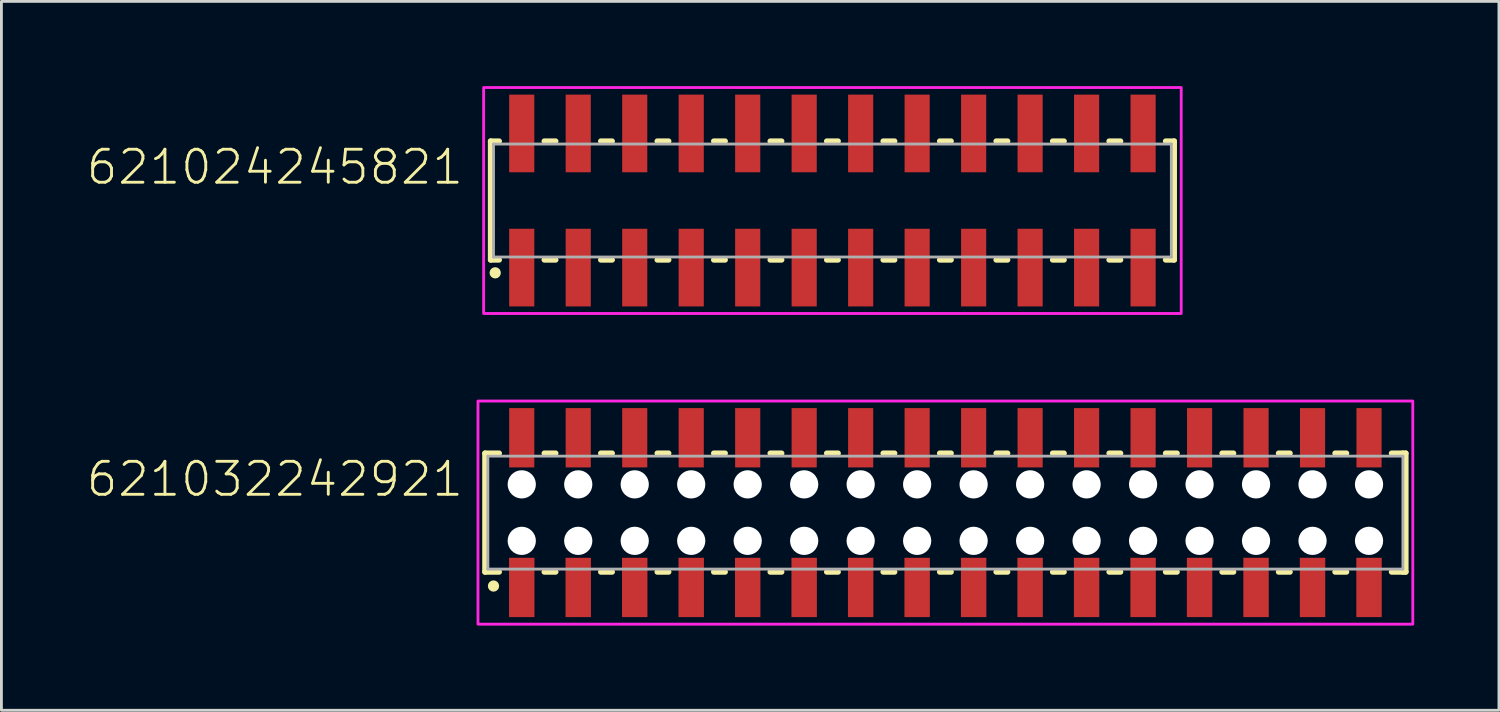
<source format=kicad_pcb>
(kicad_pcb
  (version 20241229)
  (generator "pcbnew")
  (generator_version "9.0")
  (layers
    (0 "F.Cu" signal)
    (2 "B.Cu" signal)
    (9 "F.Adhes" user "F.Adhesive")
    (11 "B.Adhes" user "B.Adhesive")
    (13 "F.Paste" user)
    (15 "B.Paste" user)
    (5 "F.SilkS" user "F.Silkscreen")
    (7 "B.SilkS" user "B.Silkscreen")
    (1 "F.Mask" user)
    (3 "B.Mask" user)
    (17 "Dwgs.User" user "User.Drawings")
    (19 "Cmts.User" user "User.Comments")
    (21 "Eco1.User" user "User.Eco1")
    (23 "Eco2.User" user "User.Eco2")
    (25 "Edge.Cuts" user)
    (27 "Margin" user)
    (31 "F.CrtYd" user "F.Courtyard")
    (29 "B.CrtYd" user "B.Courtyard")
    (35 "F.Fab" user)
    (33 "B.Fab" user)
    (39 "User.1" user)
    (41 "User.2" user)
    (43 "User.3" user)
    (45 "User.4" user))
  (footprint "621024245821"
    (layer "F.Cu")
    (at 26.424 4.05)
    (property "Reference" "621024245821" (at -13 -0.5 0) (unlocked yes) (layer "F.SilkS") (effects (font (size 1.168 1.168) (thickness 0.102)) (justify right bottom)))
    (fp_line (start -12.1 -2.1) (end -12.1 2.1) (stroke (width 0.2) (type solid)) (layer "F.SilkS"))
    (fp_line (start -12.1 2.1) (end -11.8 2.1) (stroke (width 0.2) (type solid)) (layer "F.SilkS"))
    (fp_line (start -11.8 -2.1) (end -12.1 -2.1) (stroke (width 0.2) (type solid)) (layer "F.SilkS"))
    (fp_line (start -10.2 -2.1) (end -9.8 -2.1) (stroke (width 0.2) (type solid)) (layer "F.SilkS"))
    (fp_line (start -9.8 2.1) (end -10.2 2.1) (stroke (width 0.2) (type solid)) (layer "F.SilkS"))
    (fp_line (start -8.2 -2.1) (end -7.8 -2.1) (stroke (width 0.2) (type solid)) (layer "F.SilkS"))
    (fp_line (start -7.8 2.1) (end -8.2 2.1) (stroke (width 0.2) (type solid)) (layer "F.SilkS"))
    (fp_line (start -6.2 -2.1) (end -5.8 -2.1) (stroke (width 0.2) (type solid)) (layer "F.SilkS"))
    (fp_line (start -5.8 2.1) (end -6.2 2.1) (stroke (width 0.2) (type solid)) (layer "F.SilkS"))
    (fp_line (start -4.2 -2.1) (end -3.8 -2.1) (stroke (width 0.2) (type solid)) (layer "F.SilkS"))
    (fp_line (start -3.8 2.1) (end -4.2 2.1) (stroke (width 0.2) (type solid)) (layer "F.SilkS"))
    (fp_line (start -2.2 -2.1) (end -1.8 -2.1) (stroke (width 0.2) (type solid)) (layer "F.SilkS"))
    (fp_line (start -1.8 2.1) (end -2.2 2.1) (stroke (width 0.2) (type solid)) (layer "F.SilkS"))
    (fp_line (start -0.2 -2.1) (end 0.2 -2.1) (stroke (width 0.2) (type solid)) (layer "F.SilkS"))
    (fp_line (start 0.2 2.1) (end -0.2 2.1) (stroke (width 0.2) (type solid)) (layer "F.SilkS"))
    (fp_line (start 1.8 -2.1) (end 2.2 -2.1) (stroke (width 0.2) (type solid)) (layer "F.SilkS"))
    (fp_line (start 2.2 2.1) (end 1.8 2.1) (stroke (width 0.2) (type solid)) (layer "F.SilkS"))
    (fp_line (start 3.8 -2.1) (end 4.2 -2.1) (stroke (width 0.2) (type solid)) (layer "F.SilkS"))
    (fp_line (start 4.2 2.1) (end 3.8 2.1) (stroke (width 0.2) (type solid)) (layer "F.SilkS"))
    (fp_line (start 5.8 -2.1) (end 6.2 -2.1) (stroke (width 0.2) (type solid)) (layer "F.SilkS"))
    (fp_line (start 6.2 2.1) (end 5.8 2.1) (stroke (width 0.2) (type solid)) (layer "F.SilkS"))
    (fp_line (start 7.8 -2.1) (end 8.2 -2.1) (stroke (width 0.2) (type solid)) (layer "F.SilkS"))
    (fp_line (start 8.2 2.1) (end 7.8 2.1) (stroke (width 0.2) (type solid)) (layer "F.SilkS"))
    (fp_line (start 9.8 -2.1) (end 10.2 -2.1) (stroke (width 0.2) (type solid)) (layer "F.SilkS"))
    (fp_line (start 10.2 2.1) (end 9.8 2.1) (stroke (width 0.2) (type solid)) (layer "F.SilkS"))
    (fp_line (start 11.8 -2.1) (end 12.1 -2.1) (stroke (width 0.2) (type solid)) (layer "F.SilkS"))
    (fp_line (start 12.1 -2.1) (end 12.1 2.1) (stroke (width 0.2) (type solid)) (layer "F.SilkS"))
    (fp_line (start 12.1 2.1) (end 11.8 2.1) (stroke (width 0.2) (type solid)) (layer "F.SilkS"))
    (fp_circle (center -11.94 2.56) (end -11.84 2.56) (stroke (width 0.2) (type solid)) (fill no) (layer "F.SilkS"))
    (fp_poly (pts (xy 12.35 4) (xy -12.35 4) (xy -12.35 -4) (xy 12.35 -4)) (stroke (width 0.1) (type default)) (fill no) (layer "F.CrtYd"))
    (fp_line (start -12 -2) (end 12 -2) (stroke (width 0.1) (type solid)) (layer "F.Fab"))
    (fp_line (start -12 2) (end -12 -2) (stroke (width 0.1) (type solid)) (layer "F.Fab"))
    (fp_line (start 12 -2) (end 12 2) (stroke (width 0.1) (type solid)) (layer "F.Fab"))
    (fp_line (start 12 2) (end -12 2) (stroke (width 0.1) (type solid)) (layer "F.Fab"))
    (pad "1" smd rect (at -11 2.375) (size 0.89 2.75) (layers "F.Cu" "F.Mask" "F.Paste"))
    (pad "2" smd rect (at -11 -2.375) (size 0.89 2.75) (layers "F.Cu" "F.Mask" "F.Paste"))
    (pad "3" smd rect (at -9 2.375) (size 0.89 2.75) (layers "F.Cu" "F.Mask" "F.Paste"))
    (pad "4" smd rect (at -9 -2.375) (size 0.89 2.75) (layers "F.Cu" "F.Mask" "F.Paste"))
    (pad "5" smd rect (at -7 2.375) (size 0.89 2.75) (layers "F.Cu" "F.Mask" "F.Paste"))
    (pad "6" smd rect (at -7 -2.375) (size 0.89 2.75) (layers "F.Cu" "F.Mask" "F.Paste"))
    (pad "7" smd rect (at -5 2.375) (size 0.89 2.75) (layers "F.Cu" "F.Mask" "F.Paste"))
    (pad "8" smd rect (at -5 -2.375) (size 0.89 2.75) (layers "F.Cu" "F.Mask" "F.Paste"))
    (pad "9" smd rect (at -3 2.375) (size 0.89 2.75) (layers "F.Cu" "F.Mask" "F.Paste"))
    (pad "10" smd rect (at -3 -2.375) (size 0.89 2.75) (layers "F.Cu" "F.Mask" "F.Paste"))
    (pad "11" smd rect (at -1 2.375) (size 0.89 2.75) (layers "F.Cu" "F.Mask" "F.Paste"))
    (pad "12" smd rect (at -1 -2.375) (size 0.89 2.75) (layers "F.Cu" "F.Mask" "F.Paste"))
    (pad "13" smd rect (at 1 2.375) (size 0.89 2.75) (layers "F.Cu" "F.Mask" "F.Paste"))
    (pad "14" smd rect (at 1 -2.375) (size 0.89 2.75) (layers "F.Cu" "F.Mask" "F.Paste"))
    (pad "15" smd rect (at 3 2.375) (size 0.89 2.75) (layers "F.Cu" "F.Mask" "F.Paste"))
    (pad "16" smd rect (at 3 -2.375) (size 0.89 2.75) (layers "F.Cu" "F.Mask" "F.Paste"))
    (pad "17" smd rect (at 5 2.375) (size 0.89 2.75) (layers "F.Cu" "F.Mask" "F.Paste"))
    (pad "18" smd rect (at 5 -2.375) (size 0.89 2.75) (layers "F.Cu" "F.Mask" "F.Paste"))
    (pad "19" smd rect (at 7 2.375) (size 0.89 2.75) (layers "F.Cu" "F.Mask" "F.Paste"))
    (pad "20" smd rect (at 7 -2.375) (size 0.89 2.75) (layers "F.Cu" "F.Mask" "F.Paste"))
    (pad "21" smd rect (at 9 2.375) (size 0.89 2.75) (layers "F.Cu" "F.Mask" "F.Paste"))
    (pad "22" smd rect (at 9 -2.375) (size 0.89 2.75) (layers "F.Cu" "F.Mask" "F.Paste"))
    (pad "23" smd rect (at 11 2.375) (size 0.89 2.75) (layers "F.Cu" "F.Mask" "F.Paste"))
    (pad "24" smd rect (at 11 -2.375) (size 0.89 2.75) (layers "F.Cu" "F.Mask" "F.Paste")))
  (footprint "621032242921"
    (layer "F.Cu")
    (at 30.424 15.1)
    (property "Reference" "621032242921" (at -17 -0.5 0) (unlocked yes) (layer "F.SilkS") (effects (font (size 1.168 1.168) (thickness 0.102)) (justify right bottom)))
    (fp_line (start -16.3 -2.1) (end -16.3 2.1) (stroke (width 0.2) (type solid)) (layer "F.SilkS"))
    (fp_line (start -16.3 2.1) (end -15.8 2.1) (stroke (width 0.2) (type solid)) (layer "F.SilkS"))
    (fp_line (start -15.8 -2.1) (end -16.3 -2.1) (stroke (width 0.2) (type solid)) (layer "F.SilkS"))
    (fp_line (start -14.2 2.1) (end -13.8 2.1) (stroke (width 0.2) (type solid)) (layer "F.SilkS"))
    (fp_line (start -13.8 -2.1) (end -14.2 -2.1) (stroke (width 0.2) (type solid)) (layer "F.SilkS"))
    (fp_line (start -12.2 2.1) (end -11.8 2.1) (stroke (width 0.2) (type solid)) (layer "F.SilkS"))
    (fp_line (start -11.8 -2.1) (end -12.2 -2.1) (stroke (width 0.2) (type solid)) (layer "F.SilkS"))
    (fp_line (start -10.2 2.1) (end -9.8 2.1) (stroke (width 0.2) (type solid)) (layer "F.SilkS"))
    (fp_line (start -9.8 -2.1) (end -10.2 -2.1) (stroke (width 0.2) (type solid)) (layer "F.SilkS"))
    (fp_line (start -8.2 2.1) (end -7.8 2.1) (stroke (width 0.2) (type solid)) (layer "F.SilkS"))
    (fp_line (start -7.8 -2.1) (end -8.2 -2.1) (stroke (width 0.2) (type solid)) (layer "F.SilkS"))
    (fp_line (start -6.2 2.1) (end -5.8 2.1) (stroke (width 0.2) (type solid)) (layer "F.SilkS"))
    (fp_line (start -5.8 -2.1) (end -6.2 -2.1) (stroke (width 0.2) (type solid)) (layer "F.SilkS"))
    (fp_line (start -4.2 2.1) (end -3.8 2.1) (stroke (width 0.2) (type solid)) (layer "F.SilkS"))
    (fp_line (start -3.8 -2.1) (end -4.2 -2.1) (stroke (width 0.2) (type solid)) (layer "F.SilkS"))
    (fp_line (start -2.2 2.1) (end -1.8 2.1) (stroke (width 0.2) (type solid)) (layer "F.SilkS"))
    (fp_line (start -1.8 -2.1) (end -2.2 -2.1) (stroke (width 0.2) (type solid)) (layer "F.SilkS"))
    (fp_line (start -0.2 2.1) (end 0.2 2.1) (stroke (width 0.2) (type solid)) (layer "F.SilkS"))
    (fp_line (start 0.2 -2.1) (end -0.2 -2.1) (stroke (width 0.2) (type solid)) (layer "F.SilkS"))
    (fp_line (start 1.8 2.1) (end 2.2 2.1) (stroke (width 0.2) (type solid)) (layer "F.SilkS"))
    (fp_line (start 2.2 -2.1) (end 1.8 -2.1) (stroke (width 0.2) (type solid)) (layer "F.SilkS"))
    (fp_line (start 3.8 2.1) (end 4.2 2.1) (stroke (width 0.2) (type solid)) (layer "F.SilkS"))
    (fp_line (start 4.2 -2.1) (end 3.8 -2.1) (stroke (width 0.2) (type solid)) (layer "F.SilkS"))
    (fp_line (start 5.8 2.1) (end 6.2 2.1) (stroke (width 0.2) (type solid)) (layer "F.SilkS"))
    (fp_line (start 6.2 -2.1) (end 5.8 -2.1) (stroke (width 0.2) (type solid)) (layer "F.SilkS"))
    (fp_line (start 7.8 2.1) (end 8.2 2.1) (stroke (width 0.2) (type solid)) (layer "F.SilkS"))
    (fp_line (start 8.2 -2.1) (end 7.8 -2.1) (stroke (width 0.2) (type solid)) (layer "F.SilkS"))
    (fp_line (start 9.8 2.1) (end 10.2 2.1) (stroke (width 0.2) (type solid)) (layer "F.SilkS"))
    (fp_line (start 10.2 -2.1) (end 9.8 -2.1) (stroke (width 0.2) (type solid)) (layer "F.SilkS"))
    (fp_line (start 11.8 2.1) (end 12.2 2.1) (stroke (width 0.2) (type solid)) (layer "F.SilkS"))
    (fp_line (start 12.2 -2.1) (end 11.8 -2.1) (stroke (width 0.2) (type solid)) (layer "F.SilkS"))
    (fp_line (start 13.8 2.1) (end 14.2 2.1) (stroke (width 0.2) (type solid)) (layer "F.SilkS"))
    (fp_line (start 14.2 -2.1) (end 13.8 -2.1) (stroke (width 0.2) (type solid)) (layer "F.SilkS"))
    (fp_line (start 15.8 2.1) (end 16.2 2.1) (stroke (width 0.2) (type solid)) (layer "F.SilkS"))
    (fp_line (start 16.2 -2.1) (end 15.8 -2.1) (stroke (width 0.2) (type solid)) (layer "F.SilkS"))
    (fp_line (start 16.2 -2.1) (end 16.3 -2.1) (stroke (width 0.2) (type solid)) (layer "F.SilkS"))
    (fp_line (start 16.3 -2.1) (end 16.3 2.1) (stroke (width 0.2) (type solid)) (layer "F.SilkS"))
    (fp_line (start 16.3 2.1) (end 16.2 2.1) (stroke (width 0.2) (type solid)) (layer "F.SilkS"))
    (fp_circle (center -16 2.6) (end -15.9 2.6) (stroke (width 0.2) (type solid)) (fill no) (layer "F.SilkS"))
    (fp_poly (pts (xy 16.55 3.95) (xy -16.55 3.95) (xy -16.55 -3.95) (xy 16.55 -3.95)) (stroke (width 0.1) (type default)) (fill no) (layer "F.CrtYd"))
    (fp_line (start -16.2 -2) (end -16.2 2) (stroke (width 0.1) (type solid)) (layer "F.Fab"))
    (fp_line (start -16.2 2) (end 16.2 2) (stroke (width 0.1) (type solid)) (layer "F.Fab"))
    (fp_line (start 16.2 -2) (end -16.2 -2) (stroke (width 0.1) (type solid)) (layer "F.Fab"))
    (fp_line (start 16.2 2) (end 16.2 -2) (stroke (width 0.1) (type solid)) (layer "F.Fab"))
    (pad "" np_thru_hole circle (at -15 -1) (size 1 1) (drill 1) (layers "*.Cu" "*.Mask"))
    (pad "" np_thru_hole circle (at -15 1) (size 1 1) (drill 1) (layers "*.Cu" "*.Mask"))
    (pad "" np_thru_hole circle (at -13 -1) (size 1 1) (drill 1) (layers "*.Cu" "*.Mask"))
    (pad "" np_thru_hole circle (at -13 1) (size 1 1) (drill 1) (layers "*.Cu" "*.Mask"))
    (pad "" np_thru_hole circle (at -11 -1) (size 1 1) (drill 1) (layers "*.Cu" "*.Mask"))
    (pad "" np_thru_hole circle (at -11 1) (size 1 1) (drill 1) (layers "*.Cu" "*.Mask"))
    (pad "" np_thru_hole circle (at -9 -1) (size 1 1) (drill 1) (layers "*.Cu" "*.Mask"))
    (pad "" np_thru_hole circle (at -9 1) (size 1 1) (drill 1) (layers "*.Cu" "*.Mask"))
    (pad "" np_thru_hole circle (at -7 -1) (size 1 1) (drill 1) (layers "*.Cu" "*.Mask"))
    (pad "" np_thru_hole circle (at -7 1) (size 1 1) (drill 1) (layers "*.Cu" "*.Mask"))
    (pad "" np_thru_hole circle (at -5 -1) (size 1 1) (drill 1) (layers "*.Cu" "*.Mask"))
    (pad "" np_thru_hole circle (at -5 1) (size 1 1) (drill 1) (layers "*.Cu" "*.Mask"))
    (pad "" np_thru_hole circle (at -3 -1) (size 1 1) (drill 1) (layers "*.Cu" "*.Mask"))
    (pad "" np_thru_hole circle (at -3 1) (size 1 1) (drill 1) (layers "*.Cu" "*.Mask"))
    (pad "" np_thru_hole circle (at -1 -1) (size 1 1) (drill 1) (layers "*.Cu" "*.Mask"))
    (pad "" np_thru_hole circle (at -1 1) (size 1 1) (drill 1) (layers "*.Cu" "*.Mask"))
    (pad "" np_thru_hole circle (at 1 -1) (size 1 1) (drill 1) (layers "*.Cu" "*.Mask"))
    (pad "" np_thru_hole circle (at 1 1) (size 1 1) (drill 1) (layers "*.Cu" "*.Mask"))
    (pad "" np_thru_hole circle (at 3 -1) (size 1 1) (drill 1) (layers "*.Cu" "*.Mask"))
    (pad "" np_thru_hole circle (at 3 1) (size 1 1) (drill 1) (layers "*.Cu" "*.Mask"))
    (pad "" np_thru_hole circle (at 5 -1) (size 1 1) (drill 1) (layers "*.Cu" "*.Mask"))
    (pad "" np_thru_hole circle (at 5 1) (size 1 1) (drill 1) (layers "*.Cu" "*.Mask"))
    (pad "" np_thru_hole circle (at 7 -1) (size 1 1) (drill 1) (layers "*.Cu" "*.Mask"))
    (pad "" np_thru_hole circle (at 7 1) (size 1 1) (drill 1) (layers "*.Cu" "*.Mask"))
    (pad "" np_thru_hole circle (at 9 -1) (size 1 1) (drill 1) (layers "*.Cu" "*.Mask"))
    (pad "" np_thru_hole circle (at 9 1) (size 1 1) (drill 1) (layers "*.Cu" "*.Mask"))
    (pad "" np_thru_hole circle (at 11 -1) (size 1 1) (drill 1) (layers "*.Cu" "*.Mask"))
    (pad "" np_thru_hole circle (at 11 1) (size 1 1) (drill 1) (layers "*.Cu" "*.Mask"))
    (pad "" np_thru_hole circle (at 13 -1) (size 1 1) (drill 1) (layers "*.Cu" "*.Mask"))
    (pad "" np_thru_hole circle (at 13 1) (size 1 1) (drill 1) (layers "*.Cu" "*.Mask"))
    (pad "" np_thru_hole circle (at 15 -1) (size 1 1) (drill 1) (layers "*.Cu" "*.Mask"))
    (pad "" np_thru_hole circle (at 15 1) (size 1 1) (drill 1) (layers "*.Cu" "*.Mask"))
    (pad "1" smd rect (at -15 2.65) (size 0.9 2.1) (layers "F.Cu" "F.Mask" "F.Paste"))
    (pad "2" smd rect (at -15 -2.65) (size 0.89 2.1) (layers "F.Cu" "F.Mask" "F.Paste"))
    (pad "3" smd rect (at -13 2.65) (size 0.9 2.1) (layers "F.Cu" "F.Mask" "F.Paste"))
    (pad "4" smd rect (at -13 -2.65) (size 0.89 2.1) (layers "F.Cu" "F.Mask" "F.Paste"))
    (pad "5" smd rect (at -11 2.65) (size 0.9 2.1) (layers "F.Cu" "F.Mask" "F.Paste"))
    (pad "6" smd rect (at -11 -2.65) (size 0.89 2.1) (layers "F.Cu" "F.Mask" "F.Paste"))
    (pad "7" smd rect (at -9 2.65) (size 0.9 2.1) (layers "F.Cu" "F.Mask" "F.Paste"))
    (pad "8" smd rect (at -9 -2.65) (size 0.89 2.1) (layers "F.Cu" "F.Mask" "F.Paste"))
    (pad "9" smd rect (at -7 2.65) (size 0.9 2.1) (layers "F.Cu" "F.Mask" "F.Paste"))
    (pad "10" smd rect (at -7 -2.65) (size 0.89 2.1) (layers "F.Cu" "F.Mask" "F.Paste"))
    (pad "11" smd rect (at -5 2.65) (size 0.9 2.1) (layers "F.Cu" "F.Mask" "F.Paste"))
    (pad "12" smd rect (at -5 -2.65) (size 0.89 2.1) (layers "F.Cu" "F.Mask" "F.Paste"))
    (pad "13" smd rect (at -3 2.65) (size 0.9 2.1) (layers "F.Cu" "F.Mask" "F.Paste"))
    (pad "14" smd rect (at -3 -2.65) (size 0.89 2.1) (layers "F.Cu" "F.Mask" "F.Paste"))
    (pad "15" smd rect (at -1 2.65) (size 0.9 2.1) (layers "F.Cu" "F.Mask" "F.Paste"))
    (pad "16" smd rect (at -1 -2.65) (size 0.89 2.1) (layers "F.Cu" "F.Mask" "F.Paste"))
    (pad "17" smd rect (at 1 2.65) (size 0.9 2.1) (layers "F.Cu" "F.Mask" "F.Paste"))
    (pad "18" smd rect (at 1 -2.65) (size 0.89 2.1) (layers "F.Cu" "F.Mask" "F.Paste"))
    (pad "19" smd rect (at 3 2.65) (size 0.9 2.1) (layers "F.Cu" "F.Mask" "F.Paste"))
    (pad "20" smd rect (at 3 -2.65) (size 0.89 2.1) (layers "F.Cu" "F.Mask" "F.Paste"))
    (pad "21" smd rect (at 5 2.65) (size 0.9 2.1) (layers "F.Cu" "F.Mask" "F.Paste"))
    (pad "22" smd rect (at 5 -2.65) (size 0.89 2.1) (layers "F.Cu" "F.Mask" "F.Paste"))
    (pad "23" smd rect (at 7 2.65) (size 0.9 2.1) (layers "F.Cu" "F.Mask" "F.Paste"))
    (pad "24" smd rect (at 7 -2.65) (size 0.89 2.1) (layers "F.Cu" "F.Mask" "F.Paste"))
    (pad "25" smd rect (at 9 2.65) (size 0.9 2.1) (layers "F.Cu" "F.Mask" "F.Paste"))
    (pad "26" smd rect (at 9 -2.65) (size 0.89 2.1) (layers "F.Cu" "F.Mask" "F.Paste"))
    (pad "27" smd rect (at 11 2.65) (size 0.9 2.1) (layers "F.Cu" "F.Mask" "F.Paste"))
    (pad "28" smd rect (at 11 -2.65) (size 0.89 2.1) (layers "F.Cu" "F.Mask" "F.Paste"))
    (pad "29" smd rect (at 13 2.65) (size 0.9 2.1) (layers "F.Cu" "F.Mask" "F.Paste"))
    (pad "30" smd rect (at 13 -2.65) (size 0.89 2.1) (layers "F.Cu" "F.Mask" "F.Paste"))
    (pad "31" smd rect (at 15 2.65) (size 0.9 2.1) (layers "F.Cu" "F.Mask" "F.Paste"))
    (pad "32" smd rect (at 15 -2.65) (size 0.89 2.1) (layers "F.Cu" "F.Mask" "F.Paste")))
  (gr_rect
    (start -3 -3)
    (end 50.024 22.1)
    (stroke (width 0.1) (type default))
    (fill no)
    (layer "Edge.Cuts")))
</source>
